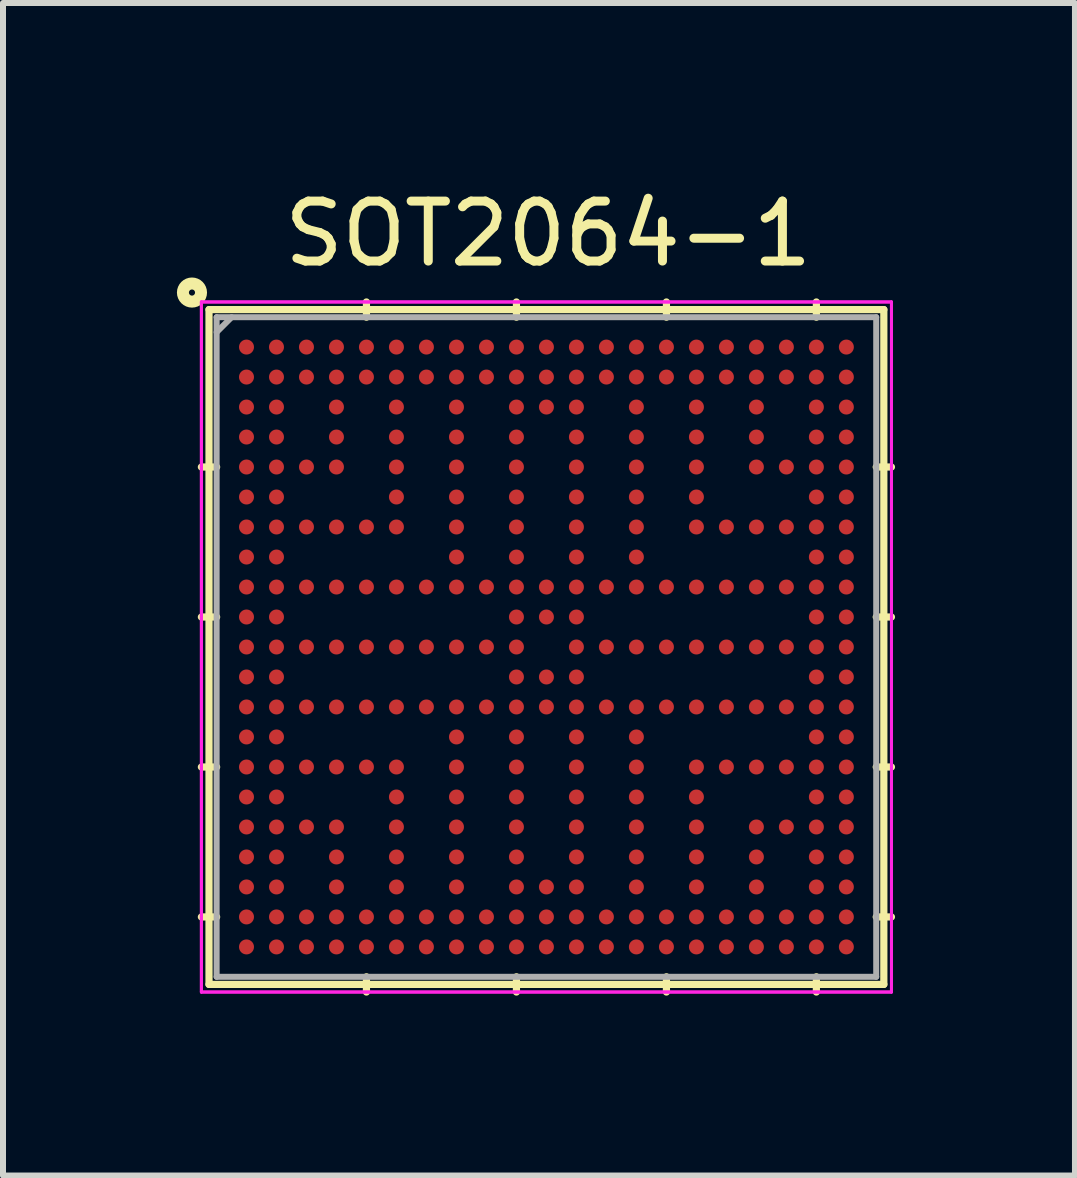
<source format=kicad_pcb>
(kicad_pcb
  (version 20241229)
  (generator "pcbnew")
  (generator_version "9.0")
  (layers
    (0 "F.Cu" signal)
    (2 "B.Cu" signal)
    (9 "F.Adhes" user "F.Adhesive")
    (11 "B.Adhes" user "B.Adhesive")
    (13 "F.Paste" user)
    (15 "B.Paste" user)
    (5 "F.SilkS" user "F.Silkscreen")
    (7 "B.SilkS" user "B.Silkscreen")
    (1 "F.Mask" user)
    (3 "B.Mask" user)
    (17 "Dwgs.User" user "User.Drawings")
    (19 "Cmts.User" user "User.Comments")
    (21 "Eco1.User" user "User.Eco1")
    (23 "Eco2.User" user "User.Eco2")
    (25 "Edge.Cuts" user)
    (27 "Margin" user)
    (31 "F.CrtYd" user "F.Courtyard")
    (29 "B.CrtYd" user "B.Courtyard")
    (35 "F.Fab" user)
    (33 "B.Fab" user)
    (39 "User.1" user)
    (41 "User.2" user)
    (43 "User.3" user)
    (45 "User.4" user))
  (footprint "SOT2064-1"
    (layer "F.Cu")
    (at 6.061 7.738)
    (property "Reference" "SOT2064-1" (at 0.03 -6.89 0) (layer "F.SilkS") (effects (font (size 1 1) (thickness 0.15))))
    (attr through_hole)
    (fp_line (start -5.626 -5.626) (end -5.626 5.626) (stroke (width 0.12) (type solid)) (layer "F.SilkS"))
    (fp_line (start -5.626 5.626) (end 5.626 5.626) (stroke (width 0.12) (type solid)) (layer "F.SilkS"))
    (fp_line (start -5.499 -3.001) (end -5.753 -3.001) (stroke (width 0.12) (type solid)) (layer "F.SilkS"))
    (fp_line (start -5.499 -0.5) (end -5.753 -0.5) (stroke (width 0.12) (type solid)) (layer "F.SilkS"))
    (fp_line (start -5.499 2.001) (end -5.753 2.001) (stroke (width 0.12) (type solid)) (layer "F.SilkS"))
    (fp_line (start -5.499 4.501) (end -5.753 4.501) (stroke (width 0.12) (type solid)) (layer "F.SilkS"))
    (fp_line (start -3.001 -5.499) (end -3.001 -5.753) (stroke (width 0.12) (type solid)) (layer "F.SilkS"))
    (fp_line (start -3.001 5.499) (end -3.001 5.753) (stroke (width 0.12) (type solid)) (layer "F.SilkS"))
    (fp_line (start -0.5 -5.499) (end -0.5 -5.753) (stroke (width 0.12) (type solid)) (layer "F.SilkS"))
    (fp_line (start -0.5 5.499) (end -0.5 5.753) (stroke (width 0.12) (type solid)) (layer "F.SilkS"))
    (fp_line (start 2.001 -5.499) (end 2.001 -5.753) (stroke (width 0.12) (type solid)) (layer "F.SilkS"))
    (fp_line (start 2.001 5.499) (end 2.001 5.753) (stroke (width 0.12) (type solid)) (layer "F.SilkS"))
    (fp_line (start 4.501 -5.499) (end 4.501 -5.753) (stroke (width 0.12) (type solid)) (layer "F.SilkS"))
    (fp_line (start 4.501 5.499) (end 4.501 5.753) (stroke (width 0.12) (type solid)) (layer "F.SilkS"))
    (fp_line (start 5.499 -3.001) (end 5.753 -3.001) (stroke (width 0.12) (type solid)) (layer "F.SilkS"))
    (fp_line (start 5.499 -0.5) (end 5.753 -0.5) (stroke (width 0.12) (type solid)) (layer "F.SilkS"))
    (fp_line (start 5.499 2.001) (end 5.753 2.001) (stroke (width 0.12) (type solid)) (layer "F.SilkS"))
    (fp_line (start 5.499 4.501) (end 5.753 4.501) (stroke (width 0.12) (type solid)) (layer "F.SilkS"))
    (fp_line (start 5.626 -5.626) (end -5.626 -5.626) (stroke (width 0.12) (type solid)) (layer "F.SilkS"))
    (fp_line (start 5.626 5.626) (end 5.626 -5.626) (stroke (width 0.12) (type solid)) (layer "F.SilkS"))
    (fp_circle (center -5.91 -5.91) (end -5.859 -5.91) (stroke (width 0.2) (type solid)) (fill no) (layer "F.SilkS"))
    (fp_line (start -5.753 -5.753) (end 5.753 -5.753) (stroke (width 0.05) (type solid)) (layer "F.CrtYd"))
    (fp_line (start -5.753 -5.753) (end 5.753 -5.753) (stroke (width 0.05) (type solid)) (layer "F.CrtYd"))
    (fp_line (start -5.753 5.753) (end -5.753 -5.753) (stroke (width 0.05) (type solid)) (layer "F.CrtYd"))
    (fp_line (start -5.753 5.753) (end -5.753 -5.753) (stroke (width 0.05) (type solid)) (layer "F.CrtYd"))
    (fp_line (start 5.753 -5.753) (end 5.753 5.753) (stroke (width 0.05) (type solid)) (layer "F.CrtYd"))
    (fp_line (start 5.753 -5.753) (end 5.753 5.753) (stroke (width 0.05) (type solid)) (layer "F.CrtYd"))
    (fp_line (start 5.753 5.753) (end -5.753 5.753) (stroke (width 0.05) (type solid)) (layer "F.CrtYd"))
    (fp_line (start 5.753 5.753) (end -5.753 5.753) (stroke (width 0.05) (type solid)) (layer "F.CrtYd"))
    (fp_line (start -5.499 -5.499) (end -5.499 5.499) (stroke (width 0.1) (type solid)) (layer "F.Fab"))
    (fp_line (start -5.499 5.499) (end 5.499 5.499) (stroke (width 0.1) (type solid)) (layer "F.Fab"))
    (fp_line (start -5.249 -5.499) (end -5.499 -5.249) (stroke (width 0.1) (type solid)) (layer "F.Fab"))
    (fp_line (start 5.499 -5.499) (end -5.499 -5.499) (stroke (width 0.1) (type solid)) (layer "F.Fab"))
    (fp_line (start 5.499 5.499) (end 5.499 -5.499) (stroke (width 0.1) (type solid)) (layer "F.Fab"))
    (pad "A1" smd circle (at -5.001 -5.001) (size 0.25 0.25) (layers "F.Cu" "F.Mask" "F.Paste"))
    (pad "A2" smd circle (at -4.501 -5.001) (size 0.25 0.25) (layers "F.Cu" "F.Mask" "F.Paste"))
    (pad "A3" smd circle (at -4.001 -5.001) (size 0.25 0.25) (layers "F.Cu" "F.Mask" "F.Paste"))
    (pad "A4" smd circle (at -3.501 -5.001) (size 0.25 0.25) (layers "F.Cu" "F.Mask" "F.Paste"))
    (pad "A5" smd circle (at -3.001 -5.001) (size 0.25 0.25) (layers "F.Cu" "F.Mask" "F.Paste"))
    (pad "A6" smd circle (at -2.501 -5.001) (size 0.25 0.25) (layers "F.Cu" "F.Mask" "F.Paste"))
    (pad "A7" smd circle (at -2.001 -5.001) (size 0.25 0.25) (layers "F.Cu" "F.Mask" "F.Paste"))
    (pad "A8" smd circle (at -1.5 -5.001) (size 0.25 0.25) (layers "F.Cu" "F.Mask" "F.Paste"))
    (pad "A9" smd circle (at -1 -5.001) (size 0.25 0.25) (layers "F.Cu" "F.Mask" "F.Paste"))
    (pad "A10" smd circle (at -0.5 -5.001) (size 0.25 0.25) (layers "F.Cu" "F.Mask" "F.Paste"))
    (pad "A11" smd circle (at 0 -5.001) (size 0.25 0.25) (layers "F.Cu" "F.Mask" "F.Paste"))
    (pad "A12" smd circle (at 0.5 -5.001) (size 0.25 0.25) (layers "F.Cu" "F.Mask" "F.Paste"))
    (pad "A13" smd circle (at 1 -5.001) (size 0.25 0.25) (layers "F.Cu" "F.Mask" "F.Paste"))
    (pad "A14" smd circle (at 1.5 -5.001) (size 0.25 0.25) (layers "F.Cu" "F.Mask" "F.Paste"))
    (pad "A15" smd circle (at 2.001 -5.001) (size 0.25 0.25) (layers "F.Cu" "F.Mask" "F.Paste"))
    (pad "A16" smd circle (at 2.501 -5.001) (size 0.25 0.25) (layers "F.Cu" "F.Mask" "F.Paste"))
    (pad "A17" smd circle (at 3.001 -5.001) (size 0.25 0.25) (layers "F.Cu" "F.Mask" "F.Paste"))
    (pad "A18" smd circle (at 3.501 -5.001) (size 0.25 0.25) (layers "F.Cu" "F.Mask" "F.Paste"))
    (pad "A19" smd circle (at 4.001 -5.001) (size 0.25 0.25) (layers "F.Cu" "F.Mask" "F.Paste"))
    (pad "A20" smd circle (at 4.501 -5.001) (size 0.25 0.25) (layers "F.Cu" "F.Mask" "F.Paste"))
    (pad "A21" smd circle (at 5.001 -5.001) (size 0.25 0.25) (layers "F.Cu" "F.Mask" "F.Paste"))
    (pad "AA1" smd circle (at -5.001 5.001) (size 0.25 0.25) (layers "F.Cu" "F.Mask" "F.Paste"))
    (pad "AA2" smd circle (at -4.501 5.001) (size 0.25 0.25) (layers "F.Cu" "F.Mask" "F.Paste"))
    (pad "AA3" smd circle (at -4.001 5.001) (size 0.25 0.25) (layers "F.Cu" "F.Mask" "F.Paste"))
    (pad "AA4" smd circle (at -3.501 5.001) (size 0.25 0.25) (layers "F.Cu" "F.Mask" "F.Paste"))
    (pad "AA5" smd circle (at -3.001 5.001) (size 0.25 0.25) (layers "F.Cu" "F.Mask" "F.Paste"))
    (pad "AA6" smd circle (at -2.501 5.001) (size 0.25 0.25) (layers "F.Cu" "F.Mask" "F.Paste"))
    (pad "AA7" smd circle (at -2.001 5.001) (size 0.25 0.25) (layers "F.Cu" "F.Mask" "F.Paste"))
    (pad "AA8" smd circle (at -1.5 5.001) (size 0.25 0.25) (layers "F.Cu" "F.Mask" "F.Paste"))
    (pad "AA9" smd circle (at -1 5.001) (size 0.25 0.25) (layers "F.Cu" "F.Mask" "F.Paste"))
    (pad "AA10" smd circle (at -0.5 5.001) (size 0.25 0.25) (layers "F.Cu" "F.Mask" "F.Paste"))
    (pad "AA11" smd circle (at 0 5.001) (size 0.25 0.25) (layers "F.Cu" "F.Mask" "F.Paste"))
    (pad "AA12" smd circle (at 0.5 5.001) (size 0.25 0.25) (layers "F.Cu" "F.Mask" "F.Paste"))
    (pad "AA13" smd circle (at 1 5.001) (size 0.25 0.25) (layers "F.Cu" "F.Mask" "F.Paste"))
    (pad "AA14" smd circle (at 1.5 5.001) (size 0.25 0.25) (layers "F.Cu" "F.Mask" "F.Paste"))
    (pad "AA15" smd circle (at 2.001 5.001) (size 0.25 0.25) (layers "F.Cu" "F.Mask" "F.Paste"))
    (pad "AA16" smd circle (at 2.501 5.001) (size 0.25 0.25) (layers "F.Cu" "F.Mask" "F.Paste"))
    (pad "AA17" smd circle (at 3.001 5.001) (size 0.25 0.25) (layers "F.Cu" "F.Mask" "F.Paste"))
    (pad "AA18" smd circle (at 3.501 5.001) (size 0.25 0.25) (layers "F.Cu" "F.Mask" "F.Paste"))
    (pad "AA19" smd circle (at 4.001 5.001) (size 0.25 0.25) (layers "F.Cu" "F.Mask" "F.Paste"))
    (pad "AA20" smd circle (at 4.501 5.001) (size 0.25 0.25) (layers "F.Cu" "F.Mask" "F.Paste"))
    (pad "AA21" smd circle (at 5.001 5.001) (size 0.25 0.25) (layers "F.Cu" "F.Mask" "F.Paste"))
    (pad "B1" smd circle (at -5.001 -4.501) (size 0.25 0.25) (layers "F.Cu" "F.Mask" "F.Paste"))
    (pad "B2" smd circle (at -4.501 -4.501) (size 0.25 0.25) (layers "F.Cu" "F.Mask" "F.Paste"))
    (pad "B3" smd circle (at -4.001 -4.501) (size 0.25 0.25) (layers "F.Cu" "F.Mask" "F.Paste"))
    (pad "B4" smd circle (at -3.501 -4.501) (size 0.25 0.25) (layers "F.Cu" "F.Mask" "F.Paste"))
    (pad "B5" smd circle (at -3.001 -4.501) (size 0.25 0.25) (layers "F.Cu" "F.Mask" "F.Paste"))
    (pad "B6" smd circle (at -2.501 -4.501) (size 0.25 0.25) (layers "F.Cu" "F.Mask" "F.Paste"))
    (pad "B7" smd circle (at -2.001 -4.501) (size 0.25 0.25) (layers "F.Cu" "F.Mask" "F.Paste"))
    (pad "B8" smd circle (at -1.5 -4.501) (size 0.25 0.25) (layers "F.Cu" "F.Mask" "F.Paste"))
    (pad "B9" smd circle (at -1 -4.501) (size 0.25 0.25) (layers "F.Cu" "F.Mask" "F.Paste"))
    (pad "B10" smd circle (at -0.5 -4.501) (size 0.25 0.25) (layers "F.Cu" "F.Mask" "F.Paste"))
    (pad "B11" smd circle (at 0 -4.501) (size 0.25 0.25) (layers "F.Cu" "F.Mask" "F.Paste"))
    (pad "B12" smd circle (at 0.5 -4.501) (size 0.25 0.25) (layers "F.Cu" "F.Mask" "F.Paste"))
    (pad "B13" smd circle (at 1 -4.501) (size 0.25 0.25) (layers "F.Cu" "F.Mask" "F.Paste"))
    (pad "B14" smd circle (at 1.5 -4.501) (size 0.25 0.25) (layers "F.Cu" "F.Mask" "F.Paste"))
    (pad "B15" smd circle (at 2.001 -4.501) (size 0.25 0.25) (layers "F.Cu" "F.Mask" "F.Paste"))
    (pad "B16" smd circle (at 2.501 -4.501) (size 0.25 0.25) (layers "F.Cu" "F.Mask" "F.Paste"))
    (pad "B17" smd circle (at 3.001 -4.501) (size 0.25 0.25) (layers "F.Cu" "F.Mask" "F.Paste"))
    (pad "B18" smd circle (at 3.501 -4.501) (size 0.25 0.25) (layers "F.Cu" "F.Mask" "F.Paste"))
    (pad "B19" smd circle (at 4.001 -4.501) (size 0.25 0.25) (layers "F.Cu" "F.Mask" "F.Paste"))
    (pad "B20" smd circle (at 4.501 -4.501) (size 0.25 0.25) (layers "F.Cu" "F.Mask" "F.Paste"))
    (pad "B21" smd circle (at 5.001 -4.501) (size 0.25 0.25) (layers "F.Cu" "F.Mask" "F.Paste"))
    (pad "C1" smd circle (at -5.001 -4.001) (size 0.25 0.25) (layers "F.Cu" "F.Mask" "F.Paste"))
    (pad "C2" smd circle (at -4.501 -4.001) (size 0.25 0.25) (layers "F.Cu" "F.Mask" "F.Paste"))
    (pad "C4" smd circle (at -3.501 -4.001) (size 0.25 0.25) (layers "F.Cu" "F.Mask" "F.Paste"))
    (pad "C6" smd circle (at -2.501 -4.001) (size 0.25 0.25) (layers "F.Cu" "F.Mask" "F.Paste"))
    (pad "C8" smd circle (at -1.5 -4.001) (size 0.25 0.25) (layers "F.Cu" "F.Mask" "F.Paste"))
    (pad "C10" smd circle (at -0.5 -4.001) (size 0.25 0.25) (layers "F.Cu" "F.Mask" "F.Paste"))
    (pad "C11" smd circle (at 0 -4.001) (size 0.25 0.25) (layers "F.Cu" "F.Mask" "F.Paste"))
    (pad "C12" smd circle (at 0.5 -4.001) (size 0.25 0.25) (layers "F.Cu" "F.Mask" "F.Paste"))
    (pad "C14" smd circle (at 1.5 -4.001) (size 0.25 0.25) (layers "F.Cu" "F.Mask" "F.Paste"))
    (pad "C16" smd circle (at 2.501 -4.001) (size 0.25 0.25) (layers "F.Cu" "F.Mask" "F.Paste"))
    (pad "C18" smd circle (at 3.501 -4.001) (size 0.25 0.25) (layers "F.Cu" "F.Mask" "F.Paste"))
    (pad "C20" smd circle (at 4.501 -4.001) (size 0.25 0.25) (layers "F.Cu" "F.Mask" "F.Paste"))
    (pad "C21" smd circle (at 5.001 -4.001) (size 0.25 0.25) (layers "F.Cu" "F.Mask" "F.Paste"))
    (pad "D1" smd circle (at -5.001 -3.501) (size 0.25 0.25) (layers "F.Cu" "F.Mask" "F.Paste"))
    (pad "D2" smd circle (at -4.501 -3.501) (size 0.25 0.25) (layers "F.Cu" "F.Mask" "F.Paste"))
    (pad "D4" smd circle (at -3.501 -3.501) (size 0.25 0.25) (layers "F.Cu" "F.Mask" "F.Paste"))
    (pad "D6" smd circle (at -2.501 -3.501) (size 0.25 0.25) (layers "F.Cu" "F.Mask" "F.Paste"))
    (pad "D8" smd circle (at -1.5 -3.501) (size 0.25 0.25) (layers "F.Cu" "F.Mask" "F.Paste"))
    (pad "D10" smd circle (at -0.5 -3.501) (size 0.25 0.25) (layers "F.Cu" "F.Mask" "F.Paste"))
    (pad "D12" smd circle (at 0.5 -3.501) (size 0.25 0.25) (layers "F.Cu" "F.Mask" "F.Paste"))
    (pad "D14" smd circle (at 1.5 -3.501) (size 0.25 0.25) (layers "F.Cu" "F.Mask" "F.Paste"))
    (pad "D16" smd circle (at 2.501 -3.501) (size 0.25 0.25) (layers "F.Cu" "F.Mask" "F.Paste"))
    (pad "D18" smd circle (at 3.501 -3.501) (size 0.25 0.25) (layers "F.Cu" "F.Mask" "F.Paste"))
    (pad "D20" smd circle (at 4.501 -3.501) (size 0.25 0.25) (layers "F.Cu" "F.Mask" "F.Paste"))
    (pad "D21" smd circle (at 5.001 -3.501) (size 0.25 0.25) (layers "F.Cu" "F.Mask" "F.Paste"))
    (pad "E1" smd circle (at -5.001 -3.001) (size 0.25 0.25) (layers "F.Cu" "F.Mask" "F.Paste"))
    (pad "E2" smd circle (at -4.501 -3.001) (size 0.25 0.25) (layers "F.Cu" "F.Mask" "F.Paste"))
    (pad "E3" smd circle (at -4.001 -3.001) (size 0.25 0.25) (layers "F.Cu" "F.Mask" "F.Paste"))
    (pad "E4" smd circle (at -3.501 -3.001) (size 0.25 0.25) (layers "F.Cu" "F.Mask" "F.Paste"))
    (pad "E6" smd circle (at -2.501 -3.001) (size 0.25 0.25) (layers "F.Cu" "F.Mask" "F.Paste"))
    (pad "E8" smd circle (at -1.5 -3.001) (size 0.25 0.25) (layers "F.Cu" "F.Mask" "F.Paste"))
    (pad "E10" smd circle (at -0.5 -3.001) (size 0.25 0.25) (layers "F.Cu" "F.Mask" "F.Paste"))
    (pad "E12" smd circle (at 0.5 -3.001) (size 0.25 0.25) (layers "F.Cu" "F.Mask" "F.Paste"))
    (pad "E14" smd circle (at 1.5 -3.001) (size 0.25 0.25) (layers "F.Cu" "F.Mask" "F.Paste"))
    (pad "E16" smd circle (at 2.501 -3.001) (size 0.25 0.25) (layers "F.Cu" "F.Mask" "F.Paste"))
    (pad "E18" smd circle (at 3.501 -3.001) (size 0.25 0.25) (layers "F.Cu" "F.Mask" "F.Paste"))
    (pad "E19" smd circle (at 4.001 -3.001) (size 0.25 0.25) (layers "F.Cu" "F.Mask" "F.Paste"))
    (pad "E20" smd circle (at 4.501 -3.001) (size 0.25 0.25) (layers "F.Cu" "F.Mask" "F.Paste"))
    (pad "E21" smd circle (at 5.001 -3.001) (size 0.25 0.25) (layers "F.Cu" "F.Mask" "F.Paste"))
    (pad "F1" smd circle (at -5.001 -2.501) (size 0.25 0.25) (layers "F.Cu" "F.Mask" "F.Paste"))
    (pad "F2" smd circle (at -4.501 -2.501) (size 0.25 0.25) (layers "F.Cu" "F.Mask" "F.Paste"))
    (pad "F6" smd circle (at -2.501 -2.501) (size 0.25 0.25) (layers "F.Cu" "F.Mask" "F.Paste"))
    (pad "F8" smd circle (at -1.5 -2.501) (size 0.25 0.25) (layers "F.Cu" "F.Mask" "F.Paste"))
    (pad "F10" smd circle (at -0.5 -2.501) (size 0.25 0.25) (layers "F.Cu" "F.Mask" "F.Paste"))
    (pad "F12" smd circle (at 0.5 -2.501) (size 0.25 0.25) (layers "F.Cu" "F.Mask" "F.Paste"))
    (pad "F14" smd circle (at 1.5 -2.501) (size 0.25 0.25) (layers "F.Cu" "F.Mask" "F.Paste"))
    (pad "F16" smd circle (at 2.501 -2.501) (size 0.25 0.25) (layers "F.Cu" "F.Mask" "F.Paste"))
    (pad "F20" smd circle (at 4.501 -2.501) (size 0.25 0.25) (layers "F.Cu" "F.Mask" "F.Paste"))
    (pad "F21" smd circle (at 5.001 -2.501) (size 0.25 0.25) (layers "F.Cu" "F.Mask" "F.Paste"))
    (pad "G1" smd circle (at -5.001 -2.001) (size 0.25 0.25) (layers "F.Cu" "F.Mask" "F.Paste"))
    (pad "G2" smd circle (at -4.501 -2.001) (size 0.25 0.25) (layers "F.Cu" "F.Mask" "F.Paste"))
    (pad "G3" smd circle (at -4.001 -2.001) (size 0.25 0.25) (layers "F.Cu" "F.Mask" "F.Paste"))
    (pad "G4" smd circle (at -3.501 -2.001) (size 0.25 0.25) (layers "F.Cu" "F.Mask" "F.Paste"))
    (pad "G5" smd circle (at -3.001 -2.001) (size 0.25 0.25) (layers "F.Cu" "F.Mask" "F.Paste"))
    (pad "G6" smd circle (at -2.501 -2.001) (size 0.25 0.25) (layers "F.Cu" "F.Mask" "F.Paste"))
    (pad "G8" smd circle (at -1.5 -2.001) (size 0.25 0.25) (layers "F.Cu" "F.Mask" "F.Paste"))
    (pad "G10" smd circle (at -0.5 -2.001) (size 0.25 0.25) (layers "F.Cu" "F.Mask" "F.Paste"))
    (pad "G12" smd circle (at 0.5 -2.001) (size 0.25 0.25) (layers "F.Cu" "F.Mask" "F.Paste"))
    (pad "G14" smd circle (at 1.5 -2.001) (size 0.25 0.25) (layers "F.Cu" "F.Mask" "F.Paste"))
    (pad "G16" smd circle (at 2.501 -2.001) (size 0.25 0.25) (layers "F.Cu" "F.Mask" "F.Paste"))
    (pad "G17" smd circle (at 3.001 -2.001) (size 0.25 0.25) (layers "F.Cu" "F.Mask" "F.Paste"))
    (pad "G18" smd circle (at 3.501 -2.001) (size 0.25 0.25) (layers "F.Cu" "F.Mask" "F.Paste"))
    (pad "G19" smd circle (at 4.001 -2.001) (size 0.25 0.25) (layers "F.Cu" "F.Mask" "F.Paste"))
    (pad "G20" smd circle (at 4.501 -2.001) (size 0.25 0.25) (layers "F.Cu" "F.Mask" "F.Paste"))
    (pad "G21" smd circle (at 5.001 -2.001) (size 0.25 0.25) (layers "F.Cu" "F.Mask" "F.Paste"))
    (pad "H1" smd circle (at -5.001 -1.5) (size 0.25 0.25) (layers "F.Cu" "F.Mask" "F.Paste"))
    (pad "H2" smd circle (at -4.501 -1.5) (size 0.25 0.25) (layers "F.Cu" "F.Mask" "F.Paste"))
    (pad "H8" smd circle (at -1.5 -1.5) (size 0.25 0.25) (layers "F.Cu" "F.Mask" "F.Paste"))
    (pad "H10" smd circle (at -0.5 -1.5) (size 0.25 0.25) (layers "F.Cu" "F.Mask" "F.Paste"))
    (pad "H12" smd circle (at 0.5 -1.5) (size 0.25 0.25) (layers "F.Cu" "F.Mask" "F.Paste"))
    (pad "H14" smd circle (at 1.5 -1.5) (size 0.25 0.25) (layers "F.Cu" "F.Mask" "F.Paste"))
    (pad "H20" smd circle (at 4.501 -1.5) (size 0.25 0.25) (layers "F.Cu" "F.Mask" "F.Paste"))
    (pad "H21" smd circle (at 5.001 -1.5) (size 0.25 0.25) (layers "F.Cu" "F.Mask" "F.Paste"))
    (pad "J1" smd circle (at -5.001 -1) (size 0.25 0.25) (layers "F.Cu" "F.Mask" "F.Paste"))
    (pad "J2" smd circle (at -4.501 -1) (size 0.25 0.25) (layers "F.Cu" "F.Mask" "F.Paste"))
    (pad "J3" smd circle (at -4.001 -1) (size 0.25 0.25) (layers "F.Cu" "F.Mask" "F.Paste"))
    (pad "J4" smd circle (at -3.501 -1) (size 0.25 0.25) (layers "F.Cu" "F.Mask" "F.Paste"))
    (pad "J5" smd circle (at -3.001 -1) (size 0.25 0.25) (layers "F.Cu" "F.Mask" "F.Paste"))
    (pad "J6" smd circle (at -2.501 -1) (size 0.25 0.25) (layers "F.Cu" "F.Mask" "F.Paste"))
    (pad "J7" smd circle (at -2.001 -1) (size 0.25 0.25) (layers "F.Cu" "F.Mask" "F.Paste"))
    (pad "J8" smd circle (at -1.5 -1) (size 0.25 0.25) (layers "F.Cu" "F.Mask" "F.Paste"))
    (pad "J9" smd circle (at -1 -1) (size 0.25 0.25) (layers "F.Cu" "F.Mask" "F.Paste"))
    (pad "J10" smd circle (at -0.5 -1) (size 0.25 0.25) (layers "F.Cu" "F.Mask" "F.Paste"))
    (pad "J11" smd circle (at 0 -1) (size 0.25 0.25) (layers "F.Cu" "F.Mask" "F.Paste"))
    (pad "J12" smd circle (at 0.5 -1) (size 0.25 0.25) (layers "F.Cu" "F.Mask" "F.Paste"))
    (pad "J13" smd circle (at 1 -1) (size 0.25 0.25) (layers "F.Cu" "F.Mask" "F.Paste"))
    (pad "J14" smd circle (at 1.5 -1) (size 0.25 0.25) (layers "F.Cu" "F.Mask" "F.Paste"))
    (pad "J15" smd circle (at 2.001 -1) (size 0.25 0.25) (layers "F.Cu" "F.Mask" "F.Paste"))
    (pad "J16" smd circle (at 2.501 -1) (size 0.25 0.25) (layers "F.Cu" "F.Mask" "F.Paste"))
    (pad "J17" smd circle (at 3.001 -1) (size 0.25 0.25) (layers "F.Cu" "F.Mask" "F.Paste"))
    (pad "J18" smd circle (at 3.501 -1) (size 0.25 0.25) (layers "F.Cu" "F.Mask" "F.Paste"))
    (pad "J19" smd circle (at 4.001 -1) (size 0.25 0.25) (layers "F.Cu" "F.Mask" "F.Paste"))
    (pad "J20" smd circle (at 4.501 -1) (size 0.25 0.25) (layers "F.Cu" "F.Mask" "F.Paste"))
    (pad "J21" smd circle (at 5.001 -1) (size 0.25 0.25) (layers "F.Cu" "F.Mask" "F.Paste"))
    (pad "K1" smd circle (at -5.001 -0.5) (size 0.25 0.25) (layers "F.Cu" "F.Mask" "F.Paste"))
    (pad "K2" smd circle (at -4.501 -0.5) (size 0.25 0.25) (layers "F.Cu" "F.Mask" "F.Paste"))
    (pad "K10" smd circle (at -0.5 -0.5) (size 0.25 0.25) (layers "F.Cu" "F.Mask" "F.Paste"))
    (pad "K11" smd circle (at 0 -0.5) (size 0.25 0.25) (layers "F.Cu" "F.Mask" "F.Paste"))
    (pad "K12" smd circle (at 0.5 -0.5) (size 0.25 0.25) (layers "F.Cu" "F.Mask" "F.Paste"))
    (pad "K20" smd circle (at 4.501 -0.5) (size 0.25 0.25) (layers "F.Cu" "F.Mask" "F.Paste"))
    (pad "K21" smd circle (at 5.001 -0.5) (size 0.25 0.25) (layers "F.Cu" "F.Mask" "F.Paste"))
    (pad "L1" smd circle (at -5.001 0) (size 0.25 0.25) (layers "F.Cu" "F.Mask" "F.Paste"))
    (pad "L2" smd circle (at -4.501 0) (size 0.25 0.25) (layers "F.Cu" "F.Mask" "F.Paste"))
    (pad "L3" smd circle (at -4.001 0) (size 0.25 0.25) (layers "F.Cu" "F.Mask" "F.Paste"))
    (pad "L4" smd circle (at -3.501 0) (size 0.25 0.25) (layers "F.Cu" "F.Mask" "F.Paste"))
    (pad "L5" smd circle (at -3.001 0) (size 0.25 0.25) (layers "F.Cu" "F.Mask" "F.Paste"))
    (pad "L6" smd circle (at -2.501 0) (size 0.25 0.25) (layers "F.Cu" "F.Mask" "F.Paste"))
    (pad "L7" smd circle (at -2.001 0) (size 0.25 0.25) (layers "F.Cu" "F.Mask" "F.Paste"))
    (pad "L8" smd circle (at -1.5 0) (size 0.25 0.25) (layers "F.Cu" "F.Mask" "F.Paste"))
    (pad "L9" smd circle (at -1 0) (size 0.25 0.25) (layers "F.Cu" "F.Mask" "F.Paste"))
    (pad "L10" smd circle (at -0.5 0) (size 0.25 0.25) (layers "F.Cu" "F.Mask" "F.Paste"))
    (pad "L12" smd circle (at 0.5 0) (size 0.25 0.25) (layers "F.Cu" "F.Mask" "F.Paste"))
    (pad "L13" smd circle (at 1 0) (size 0.25 0.25) (layers "F.Cu" "F.Mask" "F.Paste"))
    (pad "L14" smd circle (at 1.5 0) (size 0.25 0.25) (layers "F.Cu" "F.Mask" "F.Paste"))
    (pad "L15" smd circle (at 2.001 0) (size 0.25 0.25) (layers "F.Cu" "F.Mask" "F.Paste"))
    (pad "L16" smd circle (at 2.501 0) (size 0.25 0.25) (layers "F.Cu" "F.Mask" "F.Paste"))
    (pad "L17" smd circle (at 3.001 0) (size 0.25 0.25) (layers "F.Cu" "F.Mask" "F.Paste"))
    (pad "L18" smd circle (at 3.501 0) (size 0.25 0.25) (layers "F.Cu" "F.Mask" "F.Paste"))
    (pad "L19" smd circle (at 4.001 0) (size 0.25 0.25) (layers "F.Cu" "F.Mask" "F.Paste"))
    (pad "L20" smd circle (at 4.501 0) (size 0.25 0.25) (layers "F.Cu" "F.Mask" "F.Paste"))
    (pad "L21" smd circle (at 5.001 0) (size 0.25 0.25) (layers "F.Cu" "F.Mask" "F.Paste"))
    (pad "M1" smd circle (at -5.001 0.5) (size 0.25 0.25) (layers "F.Cu" "F.Mask" "F.Paste"))
    (pad "M2" smd circle (at -4.501 0.5) (size 0.25 0.25) (layers "F.Cu" "F.Mask" "F.Paste"))
    (pad "M10" smd circle (at -0.5 0.5) (size 0.25 0.25) (layers "F.Cu" "F.Mask" "F.Paste"))
    (pad "M11" smd circle (at 0 0.5) (size 0.25 0.25) (layers "F.Cu" "F.Mask" "F.Paste"))
    (pad "M12" smd circle (at 0.5 0.5) (size 0.25 0.25) (layers "F.Cu" "F.Mask" "F.Paste"))
    (pad "M20" smd circle (at 4.501 0.5) (size 0.25 0.25) (layers "F.Cu" "F.Mask" "F.Paste"))
    (pad "M21" smd circle (at 5.001 0.5) (size 0.25 0.25) (layers "F.Cu" "F.Mask" "F.Paste"))
    (pad "N1" smd circle (at -5.001 1) (size 0.25 0.25) (layers "F.Cu" "F.Mask" "F.Paste"))
    (pad "N2" smd circle (at -4.501 1) (size 0.25 0.25) (layers "F.Cu" "F.Mask" "F.Paste"))
    (pad "N3" smd circle (at -4.001 1) (size 0.25 0.25) (layers "F.Cu" "F.Mask" "F.Paste"))
    (pad "N4" smd circle (at -3.501 1) (size 0.25 0.25) (layers "F.Cu" "F.Mask" "F.Paste"))
    (pad "N5" smd circle (at -3.001 1) (size 0.25 0.25) (layers "F.Cu" "F.Mask" "F.Paste"))
    (pad "N6" smd circle (at -2.501 1) (size 0.25 0.25) (layers "F.Cu" "F.Mask" "F.Paste"))
    (pad "N7" smd circle (at -2.001 1) (size 0.25 0.25) (layers "F.Cu" "F.Mask" "F.Paste"))
    (pad "N8" smd circle (at -1.5 1) (size 0.25 0.25) (layers "F.Cu" "F.Mask" "F.Paste"))
    (pad "N9" smd circle (at -1 1) (size 0.25 0.25) (layers "F.Cu" "F.Mask" "F.Paste"))
    (pad "N10" smd circle (at -0.5 1) (size 0.25 0.25) (layers "F.Cu" "F.Mask" "F.Paste"))
    (pad "N11" smd circle (at 0 1) (size 0.25 0.25) (layers "F.Cu" "F.Mask" "F.Paste"))
    (pad "N12" smd circle (at 0.5 1) (size 0.25 0.25) (layers "F.Cu" "F.Mask" "F.Paste"))
    (pad "N13" smd circle (at 1 1) (size 0.25 0.25) (layers "F.Cu" "F.Mask" "F.Paste"))
    (pad "N14" smd circle (at 1.5 1) (size 0.25 0.25) (layers "F.Cu" "F.Mask" "F.Paste"))
    (pad "N15" smd circle (at 2.001 1) (size 0.25 0.25) (layers "F.Cu" "F.Mask" "F.Paste"))
    (pad "N16" smd circle (at 2.501 1) (size 0.25 0.25) (layers "F.Cu" "F.Mask" "F.Paste"))
    (pad "N17" smd circle (at 3.001 1) (size 0.25 0.25) (layers "F.Cu" "F.Mask" "F.Paste"))
    (pad "N18" smd circle (at 3.501 1) (size 0.25 0.25) (layers "F.Cu" "F.Mask" "F.Paste"))
    (pad "N19" smd circle (at 4.001 1) (size 0.25 0.25) (layers "F.Cu" "F.Mask" "F.Paste"))
    (pad "N20" smd circle (at 4.501 1) (size 0.25 0.25) (layers "F.Cu" "F.Mask" "F.Paste"))
    (pad "N21" smd circle (at 5.001 1) (size 0.25 0.25) (layers "F.Cu" "F.Mask" "F.Paste"))
    (pad "P1" smd circle (at -5.001 1.5) (size 0.25 0.25) (layers "F.Cu" "F.Mask" "F.Paste"))
    (pad "P2" smd circle (at -4.501 1.5) (size 0.25 0.25) (layers "F.Cu" "F.Mask" "F.Paste"))
    (pad "P8" smd circle (at -1.5 1.5) (size 0.25 0.25) (layers "F.Cu" "F.Mask" "F.Paste"))
    (pad "P10" smd circle (at -0.5 1.5) (size 0.25 0.25) (layers "F.Cu" "F.Mask" "F.Paste"))
    (pad "P12" smd circle (at 0.5 1.5) (size 0.25 0.25) (layers "F.Cu" "F.Mask" "F.Paste"))
    (pad "P14" smd circle (at 1.5 1.5) (size 0.25 0.25) (layers "F.Cu" "F.Mask" "F.Paste"))
    (pad "P20" smd circle (at 4.501 1.5) (size 0.25 0.25) (layers "F.Cu" "F.Mask" "F.Paste"))
    (pad "P21" smd circle (at 5.001 1.5) (size 0.25 0.25) (layers "F.Cu" "F.Mask" "F.Paste"))
    (pad "R1" smd circle (at -5.001 2.001) (size 0.25 0.25) (layers "F.Cu" "F.Mask" "F.Paste"))
    (pad "R2" smd circle (at -4.501 2.001) (size 0.25 0.25) (layers "F.Cu" "F.Mask" "F.Paste"))
    (pad "R3" smd circle (at -4.001 2.001) (size 0.25 0.25) (layers "F.Cu" "F.Mask" "F.Paste"))
    (pad "R4" smd circle (at -3.501 2.001) (size 0.25 0.25) (layers "F.Cu" "F.Mask" "F.Paste"))
    (pad "R5" smd circle (at -3.001 2.001) (size 0.25 0.25) (layers "F.Cu" "F.Mask" "F.Paste"))
    (pad "R6" smd circle (at -2.501 2.001) (size 0.25 0.25) (layers "F.Cu" "F.Mask" "F.Paste"))
    (pad "R8" smd circle (at -1.5 2.001) (size 0.25 0.25) (layers "F.Cu" "F.Mask" "F.Paste"))
    (pad "R10" smd circle (at -0.5 2.001) (size 0.25 0.25) (layers "F.Cu" "F.Mask" "F.Paste"))
    (pad "R12" smd circle (at 0.5 2.001) (size 0.25 0.25) (layers "F.Cu" "F.Mask" "F.Paste"))
    (pad "R14" smd circle (at 1.5 2.001) (size 0.25 0.25) (layers "F.Cu" "F.Mask" "F.Paste"))
    (pad "R16" smd circle (at 2.501 2.001) (size 0.25 0.25) (layers "F.Cu" "F.Mask" "F.Paste"))
    (pad "R17" smd circle (at 3.001 2.001) (size 0.25 0.25) (layers "F.Cu" "F.Mask" "F.Paste"))
    (pad "R18" smd circle (at 3.501 2.001) (size 0.25 0.25) (layers "F.Cu" "F.Mask" "F.Paste"))
    (pad "R19" smd circle (at 4.001 2.001) (size 0.25 0.25) (layers "F.Cu" "F.Mask" "F.Paste"))
    (pad "R20" smd circle (at 4.501 2.001) (size 0.25 0.25) (layers "F.Cu" "F.Mask" "F.Paste"))
    (pad "R21" smd circle (at 5.001 2.001) (size 0.25 0.25) (layers "F.Cu" "F.Mask" "F.Paste"))
    (pad "T1" smd circle (at -5.001 2.501) (size 0.25 0.25) (layers "F.Cu" "F.Mask" "F.Paste"))
    (pad "T2" smd circle (at -4.501 2.501) (size 0.25 0.25) (layers "F.Cu" "F.Mask" "F.Paste"))
    (pad "T6" smd circle (at -2.501 2.501) (size 0.25 0.25) (layers "F.Cu" "F.Mask" "F.Paste"))
    (pad "T8" smd circle (at -1.5 2.501) (size 0.25 0.25) (layers "F.Cu" "F.Mask" "F.Paste"))
    (pad "T10" smd circle (at -0.5 2.501) (size 0.25 0.25) (layers "F.Cu" "F.Mask" "F.Paste"))
    (pad "T12" smd circle (at 0.5 2.501) (size 0.25 0.25) (layers "F.Cu" "F.Mask" "F.Paste"))
    (pad "T14" smd circle (at 1.5 2.501) (size 0.25 0.25) (layers "F.Cu" "F.Mask" "F.Paste"))
    (pad "T16" smd circle (at 2.501 2.501) (size 0.25 0.25) (layers "F.Cu" "F.Mask" "F.Paste"))
    (pad "T20" smd circle (at 4.501 2.501) (size 0.25 0.25) (layers "F.Cu" "F.Mask" "F.Paste"))
    (pad "T21" smd circle (at 5.001 2.501) (size 0.25 0.25) (layers "F.Cu" "F.Mask" "F.Paste"))
    (pad "U1" smd circle (at -5.001 3.001) (size 0.25 0.25) (layers "F.Cu" "F.Mask" "F.Paste"))
    (pad "U2" smd circle (at -4.501 3.001) (size 0.25 0.25) (layers "F.Cu" "F.Mask" "F.Paste"))
    (pad "U3" smd circle (at -4.001 3.001) (size 0.25 0.25) (layers "F.Cu" "F.Mask" "F.Paste"))
    (pad "U4" smd circle (at -3.501 3.001) (size 0.25 0.25) (layers "F.Cu" "F.Mask" "F.Paste"))
    (pad "U6" smd circle (at -2.501 3.001) (size 0.25 0.25) (layers "F.Cu" "F.Mask" "F.Paste"))
    (pad "U8" smd circle (at -1.5 3.001) (size 0.25 0.25) (layers "F.Cu" "F.Mask" "F.Paste"))
    (pad "U10" smd circle (at -0.5 3.001) (size 0.25 0.25) (layers "F.Cu" "F.Mask" "F.Paste"))
    (pad "U12" smd circle (at 0.5 3.001) (size 0.25 0.25) (layers "F.Cu" "F.Mask" "F.Paste"))
    (pad "U14" smd circle (at 1.5 3.001) (size 0.25 0.25) (layers "F.Cu" "F.Mask" "F.Paste"))
    (pad "U16" smd circle (at 2.501 3.001) (size 0.25 0.25) (layers "F.Cu" "F.Mask" "F.Paste"))
    (pad "U18" smd circle (at 3.501 3.001) (size 0.25 0.25) (layers "F.Cu" "F.Mask" "F.Paste"))
    (pad "U19" smd circle (at 4.001 3.001) (size 0.25 0.25) (layers "F.Cu" "F.Mask" "F.Paste"))
    (pad "U20" smd circle (at 4.501 3.001) (size 0.25 0.25) (layers "F.Cu" "F.Mask" "F.Paste"))
    (pad "U21" smd circle (at 5.001 3.001) (size 0.25 0.25) (layers "F.Cu" "F.Mask" "F.Paste"))
    (pad "V1" smd circle (at -5.001 3.501) (size 0.25 0.25) (layers "F.Cu" "F.Mask" "F.Paste"))
    (pad "V2" smd circle (at -4.501 3.501) (size 0.25 0.25) (layers "F.Cu" "F.Mask" "F.Paste"))
    (pad "V4" smd circle (at -3.501 3.501) (size 0.25 0.25) (layers "F.Cu" "F.Mask" "F.Paste"))
    (pad "V6" smd circle (at -2.501 3.501) (size 0.25 0.25) (layers "F.Cu" "F.Mask" "F.Paste"))
    (pad "V8" smd circle (at -1.5 3.501) (size 0.25 0.25) (layers "F.Cu" "F.Mask" "F.Paste"))
    (pad "V10" smd circle (at -0.5 3.501) (size 0.25 0.25) (layers "F.Cu" "F.Mask" "F.Paste"))
    (pad "V12" smd circle (at 0.5 3.501) (size 0.25 0.25) (layers "F.Cu" "F.Mask" "F.Paste"))
    (pad "V14" smd circle (at 1.5 3.501) (size 0.25 0.25) (layers "F.Cu" "F.Mask" "F.Paste"))
    (pad "V16" smd circle (at 2.501 3.501) (size 0.25 0.25) (layers "F.Cu" "F.Mask" "F.Paste"))
    (pad "V18" smd circle (at 3.501 3.501) (size 0.25 0.25) (layers "F.Cu" "F.Mask" "F.Paste"))
    (pad "V20" smd circle (at 4.501 3.501) (size 0.25 0.25) (layers "F.Cu" "F.Mask" "F.Paste"))
    (pad "V21" smd circle (at 5.001 3.501) (size 0.25 0.25) (layers "F.Cu" "F.Mask" "F.Paste"))
    (pad "W1" smd circle (at -5.001 4.001) (size 0.25 0.25) (layers "F.Cu" "F.Mask" "F.Paste"))
    (pad "W2" smd circle (at -4.501 4.001) (size 0.25 0.25) (layers "F.Cu" "F.Mask" "F.Paste"))
    (pad "W4" smd circle (at -3.501 4.001) (size 0.25 0.25) (layers "F.Cu" "F.Mask" "F.Paste"))
    (pad "W6" smd circle (at -2.501 4.001) (size 0.25 0.25) (layers "F.Cu" "F.Mask" "F.Paste"))
    (pad "W8" smd circle (at -1.5 4.001) (size 0.25 0.25) (layers "F.Cu" "F.Mask" "F.Paste"))
    (pad "W10" smd circle (at -0.5 4.001) (size 0.25 0.25) (layers "F.Cu" "F.Mask" "F.Paste"))
    (pad "W11" smd circle (at 0 4.001) (size 0.25 0.25) (layers "F.Cu" "F.Mask" "F.Paste"))
    (pad "W12" smd circle (at 0.5 4.001) (size 0.25 0.25) (layers "F.Cu" "F.Mask" "F.Paste"))
    (pad "W14" smd circle (at 1.5 4.001) (size 0.25 0.25) (layers "F.Cu" "F.Mask" "F.Paste"))
    (pad "W16" smd circle (at 2.501 4.001) (size 0.25 0.25) (layers "F.Cu" "F.Mask" "F.Paste"))
    (pad "W18" smd circle (at 3.501 4.001) (size 0.25 0.25) (layers "F.Cu" "F.Mask" "F.Paste"))
    (pad "W20" smd circle (at 4.501 4.001) (size 0.25 0.25) (layers "F.Cu" "F.Mask" "F.Paste"))
    (pad "W21" smd circle (at 5.001 4.001) (size 0.25 0.25) (layers "F.Cu" "F.Mask" "F.Paste"))
    (pad "Y1" smd circle (at -5.001 4.501) (size 0.25 0.25) (layers "F.Cu" "F.Mask" "F.Paste"))
    (pad "Y2" smd circle (at -4.501 4.501) (size 0.25 0.25) (layers "F.Cu" "F.Mask" "F.Paste"))
    (pad "Y3" smd circle (at -4.001 4.501) (size 0.25 0.25) (layers "F.Cu" "F.Mask" "F.Paste"))
    (pad "Y4" smd circle (at -3.501 4.501) (size 0.25 0.25) (layers "F.Cu" "F.Mask" "F.Paste"))
    (pad "Y5" smd circle (at -3.001 4.501) (size 0.25 0.25) (layers "F.Cu" "F.Mask" "F.Paste"))
    (pad "Y6" smd circle (at -2.501 4.501) (size 0.25 0.25) (layers "F.Cu" "F.Mask" "F.Paste"))
    (pad "Y7" smd circle (at -2.001 4.501) (size 0.25 0.25) (layers "F.Cu" "F.Mask" "F.Paste"))
    (pad "Y8" smd circle (at -1.5 4.501) (size 0.25 0.25) (layers "F.Cu" "F.Mask" "F.Paste"))
    (pad "Y9" smd circle (at -1 4.501) (size 0.25 0.25) (layers "F.Cu" "F.Mask" "F.Paste"))
    (pad "Y10" smd circle (at -0.5 4.501) (size 0.25 0.25) (layers "F.Cu" "F.Mask" "F.Paste"))
    (pad "Y11" smd circle (at 0 4.501) (size 0.25 0.25) (layers "F.Cu" "F.Mask" "F.Paste"))
    (pad "Y12" smd circle (at 0.5 4.501) (size 0.25 0.25) (layers "F.Cu" "F.Mask" "F.Paste"))
    (pad "Y13" smd circle (at 1 4.501) (size 0.25 0.25) (layers "F.Cu" "F.Mask" "F.Paste"))
    (pad "Y14" smd circle (at 1.5 4.501) (size 0.25 0.25) (layers "F.Cu" "F.Mask" "F.Paste"))
    (pad "Y15" smd circle (at 2.001 4.501) (size 0.25 0.25) (layers "F.Cu" "F.Mask" "F.Paste"))
    (pad "Y16" smd circle (at 2.501 4.501) (size 0.25 0.25) (layers "F.Cu" "F.Mask" "F.Paste"))
    (pad "Y17" smd circle (at 3.001 4.501) (size 0.25 0.25) (layers "F.Cu" "F.Mask" "F.Paste"))
    (pad "Y18" smd circle (at 3.501 4.501) (size 0.25 0.25) (layers "F.Cu" "F.Mask" "F.Paste"))
    (pad "Y19" smd circle (at 4.001 4.501) (size 0.25 0.25) (layers "F.Cu" "F.Mask" "F.Paste"))
    (pad "Y20" smd circle (at 4.501 4.501) (size 0.25 0.25) (layers "F.Cu" "F.Mask" "F.Paste"))
    (pad "Y21" smd circle (at 5.001 4.501) (size 0.25 0.25) (layers "F.Cu" "F.Mask" "F.Paste")))
  (gr_rect
    (start -3 -3)
    (end 14.874 16.551)
    (stroke (width 0.1) (type default))
    (fill no)
    (layer "Edge.Cuts")))
</source>
